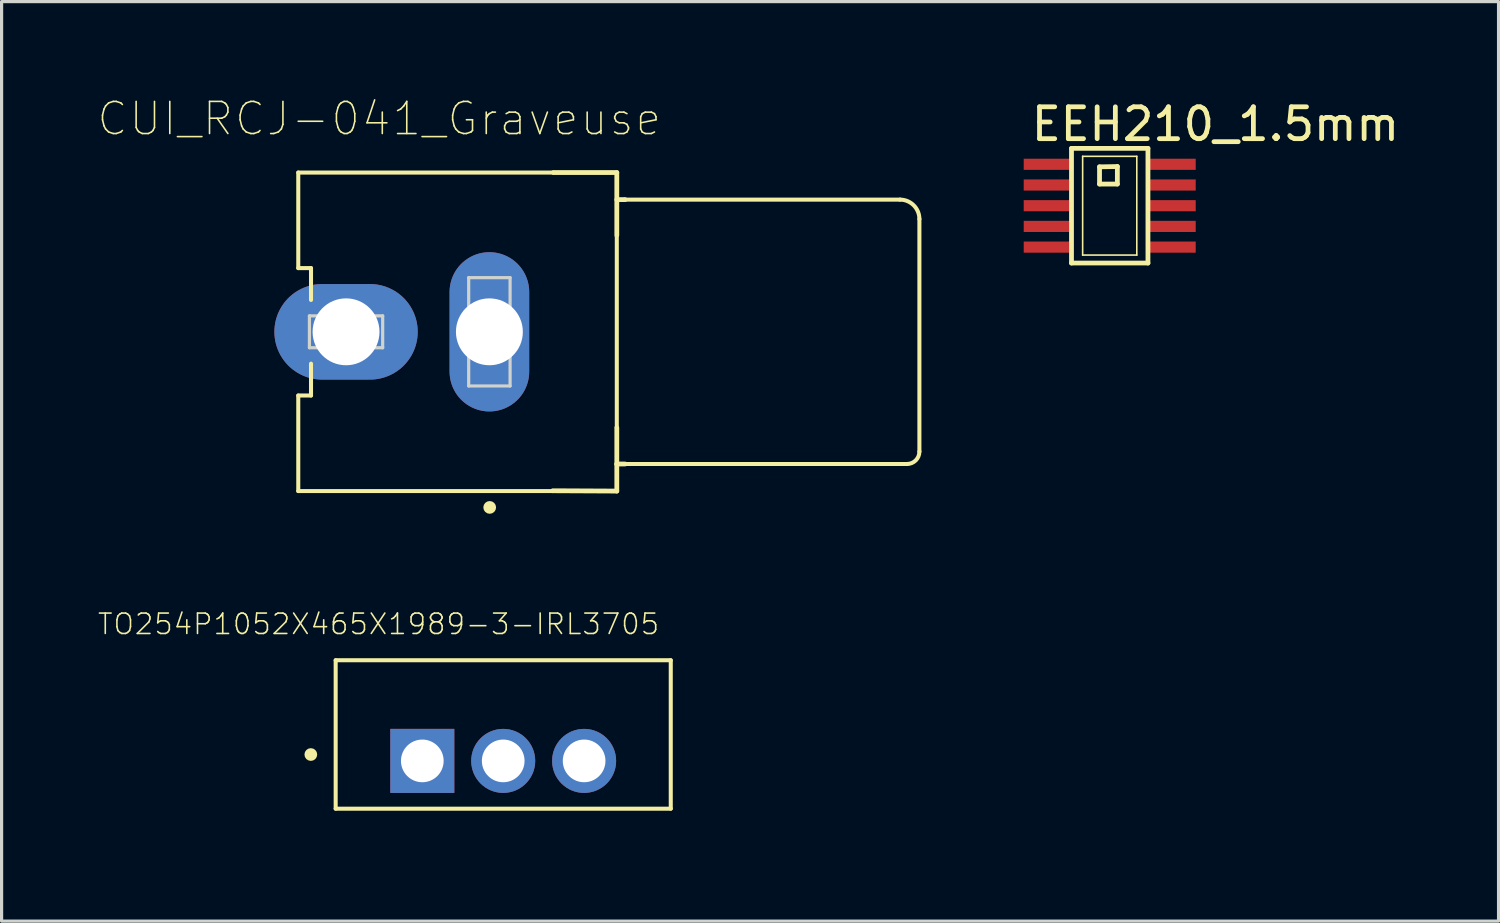
<source format=kicad_pcb>
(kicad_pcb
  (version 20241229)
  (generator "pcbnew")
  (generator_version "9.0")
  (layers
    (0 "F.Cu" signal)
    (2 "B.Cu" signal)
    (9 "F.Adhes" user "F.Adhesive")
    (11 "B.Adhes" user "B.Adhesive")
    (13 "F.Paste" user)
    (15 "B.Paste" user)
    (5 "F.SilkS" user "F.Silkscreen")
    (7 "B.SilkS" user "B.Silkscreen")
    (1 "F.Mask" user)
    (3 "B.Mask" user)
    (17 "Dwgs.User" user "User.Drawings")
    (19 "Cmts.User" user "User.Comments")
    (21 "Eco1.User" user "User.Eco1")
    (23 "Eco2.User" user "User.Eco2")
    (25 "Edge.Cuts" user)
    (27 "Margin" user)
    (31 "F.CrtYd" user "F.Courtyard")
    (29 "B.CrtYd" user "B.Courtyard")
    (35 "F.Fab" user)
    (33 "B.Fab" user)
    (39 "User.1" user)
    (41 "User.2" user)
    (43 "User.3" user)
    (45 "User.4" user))
  (footprint "CUI_RCJ-041_Graveuse"
    (layer "F.Cu")
    (at 16.314 7.367)
    (property "Reference" "CUI_RCJ-041_Graveuse" (at -7.458 -6.689 0) (layer "F.SilkS") (effects (font (size 1.008 1.008) (thickness 0.05))))
    (attr through_hole)
    (fp_line (start -10 -5) (end -2 -5) (stroke (width 0.127) (type solid)) (layer "F.SilkS"))
    (fp_line (start -10 -2) (end -10 -5) (stroke (width 0.127) (type solid)) (layer "F.SilkS"))
    (fp_line (start -10 2) (end -9.6 2) (stroke (width 0.127) (type solid)) (layer "F.SilkS"))
    (fp_line (start -10 5) (end -10 2) (stroke (width 0.127) (type solid)) (layer "F.SilkS"))
    (fp_line (start -10 5) (end -2 5) (stroke (width 0.127) (type solid)) (layer "F.SilkS"))
    (fp_line (start -9.6 -2) (end -10 -2) (stroke (width 0.127) (type solid)) (layer "F.SilkS"))
    (fp_line (start -9.6 -1) (end -9.6 -2) (stroke (width 0.127) (type solid)) (layer "F.SilkS"))
    (fp_line (start -9.6 2) (end -9.6 1) (stroke (width 0.127) (type solid)) (layer "F.SilkS"))
    (fp_line (start -1.99 -5) (end 0 -5) (stroke (width 0.15) (type solid)) (layer "F.SilkS"))
    (fp_line (start 0 -5) (end 0 -3.03) (stroke (width 0.15) (type solid)) (layer "F.SilkS"))
    (fp_line (start 0 3) (end 0 -3) (stroke (width 0.127) (type solid)) (layer "F.SilkS"))
    (fp_line (start 0 3.01) (end 0 4.15) (stroke (width 0.15) (type solid)) (layer "F.SilkS"))
    (fp_line (start 0 4.15) (end 0.26 4.15) (stroke (width 0.15) (type solid)) (layer "F.SilkS"))
    (fp_line (start 0 4.16) (end 0 5) (stroke (width 0.15) (type solid)) (layer "F.SilkS"))
    (fp_line (start 0 5) (end -2.01 4.99) (stroke (width 0.15) (type solid)) (layer "F.SilkS"))
    (fp_line (start 0.25 -4.15) (end 8.89 -4.15) (stroke (width 0.127) (type solid)) (layer "F.SilkS"))
    (fp_line (start 0.26 -4.15) (end 0 -4.15) (stroke (width 0.15) (type solid)) (layer "F.SilkS"))
    (fp_line (start 9.11 4.15) (end 0.25 4.15) (stroke (width 0.127) (type solid)) (layer "F.SilkS"))
    (fp_line (start 9.5 -3.54) (end 9.5 3.76) (stroke (width 0.127) (type solid)) (layer "F.SilkS"))
    (fp_arc (start 8.89 -4.15) (mid 9.321335 -3.971335) (end 9.5 -3.54) (stroke (width 0.127) (type solid)) (layer "F.SilkS"))
    (fp_arc (start 9.5 3.76) (mid 9.385772 4.035772) (end 9.11 4.15) (stroke (width 0.127) (type solid)) (layer "F.SilkS"))
    (fp_circle (center -3.99 5.513) (end -3.89 5.513) (stroke (width 0.2) (type solid)) (fill no) (layer "F.SilkS"))
    (fp_line (start -10.25 -5.25) (end -10.25 5.25) (stroke (width 0.05) (type solid)) (layer "Eco1.User"))
    (fp_line (start -10.25 5.25) (end -1.95 5.25) (stroke (width 0.05) (type solid)) (layer "Eco1.User"))
    (fp_line (start -1.95 -5.4) (end -1.95 -5.25) (stroke (width 0.05) (type solid)) (layer "Eco1.User"))
    (fp_line (start -1.95 -5.25) (end -10.25 -5.25) (stroke (width 0.05) (type solid)) (layer "Eco1.User"))
    (fp_line (start -1.95 5.25) (end -1.95 5.4) (stroke (width 0.05) (type solid)) (layer "Eco1.User"))
    (fp_line (start -1.95 5.4) (end 0.25 5.4) (stroke (width 0.05) (type solid)) (layer "Eco1.User"))
    (fp_line (start 0.25 -5.4) (end -1.95 -5.4) (stroke (width 0.05) (type solid)) (layer "Eco1.User"))
    (fp_line (start 0.25 -4.4) (end 0.25 -5.4) (stroke (width 0.05) (type solid)) (layer "Eco1.User"))
    (fp_line (start 0.25 4.4) (end 9.75 4.4) (stroke (width 0.05) (type solid)) (layer "Eco1.User"))
    (fp_line (start 0.25 5.4) (end 0.25 4.4) (stroke (width 0.05) (type solid)) (layer "Eco1.User"))
    (fp_line (start 9.75 -4.4) (end 0.25 -4.4) (stroke (width 0.05) (type solid)) (layer "Eco1.User"))
    (fp_line (start 9.75 4.4) (end 9.75 -4.4) (stroke (width 0.05) (type solid)) (layer "Eco1.User"))
    (fp_line (start -10 -2) (end -10 -5) (stroke (width 0.127) (type solid)) (layer "Eco2.User"))
    (fp_line (start -10 2) (end -9.6 2) (stroke (width 0.127) (type solid)) (layer "Eco2.User"))
    (fp_line (start -10 5) (end -10 2) (stroke (width 0.127) (type solid)) (layer "Eco2.User"))
    (fp_line (start -9.6 -2) (end -10 -2) (stroke (width 0.127) (type solid)) (layer "Eco2.User"))
    (fp_line (start -9.6 2) (end -9.6 -2) (stroke (width 0.127) (type solid)) (layer "Eco2.User"))
    (fp_line (start -9.59 0) (end 9.5 0) (stroke (width 0.05) (type solid)) (layer "Eco2.User"))
    (fp_line (start 9.5 -3.56) (end 9.5 3.76) (stroke (width 0.127) (type solid)) (layer "Eco2.User"))
    (fp_arc (start 8.91 -4.15) (mid 9.327193 -3.977193) (end 9.5 -3.56) (stroke (width 0.127) (type solid)) (layer "Eco2.User"))
    (fp_arc (start 9.5 3.76) (mid 9.385772 4.035772) (end 9.11 4.15) (stroke (width 0.127) (type solid)) (layer "Eco2.User"))
    (fp_circle (center -3.99 5.513) (end -3.89 5.513) (stroke (width 0.2) (type solid)) (fill no) (layer "Eco2.User"))
    (fp_line (start -9.65 -0.5) (end -7.35 -0.5) (stroke (width 0.1) (type solid)) (layer "Edge.Cuts"))
    (fp_line (start -9.65 0.5) (end -9.65 -0.5) (stroke (width 0.1) (type solid)) (layer "Edge.Cuts"))
    (fp_line (start -7.35 -0.5) (end -7.35 0.5) (stroke (width 0.1) (type solid)) (layer "Edge.Cuts"))
    (fp_line (start -7.35 0.5) (end -9.65 0.5) (stroke (width 0.1) (type solid)) (layer "Edge.Cuts"))
    (fp_line (start -4.65 -1.7) (end -3.35 -1.7) (stroke (width 0.1) (type solid)) (layer "Edge.Cuts"))
    (fp_line (start -4.65 1.7) (end -4.65 -1.7) (stroke (width 0.1) (type solid)) (layer "Edge.Cuts"))
    (fp_line (start -3.35 -1.7) (end -3.35 1.7) (stroke (width 0.1) (type solid)) (layer "Edge.Cuts"))
    (fp_line (start -3.35 1.7) (end -4.65 1.7) (stroke (width 0.1) (type solid)) (layer "Edge.Cuts"))
    (pad "1" thru_hole oval (at -4 0 90) (size 5 2.5) (drill 2.1) (layers "*.Cu" "*.Mask"))
    (pad "2" thru_hole oval (at -8.5 0 180) (size 4.5 3) (drill 2.1) (layers "*.Cu" "*.Mask")))
  (footprint "EEH210_1.5mm"
    (layer "F.Cu")
    (at 30.939 4.958)
    (property "Reference" "EEH210_1.5mm" (at 4.17 -4.11 0) (layer "F.SilkS") (effects (font (size 1 1) (thickness 0.15))))
    (attr through_hole)
    (fp_line (start -0.35 -3.35) (end -0.35 0.25) (stroke (width 0.15) (type solid)) (layer "F.SilkS"))
    (fp_line (start -0.35 0.25) (end 2.05 0.25) (stroke (width 0.15) (type solid)) (layer "F.SilkS"))
    (fp_line (start 0 -3.1) (end 0 0) (stroke (width 0.05) (type solid)) (layer "F.SilkS"))
    (fp_line (start 0 0) (end 1.7 0) (stroke (width 0.05) (type solid)) (layer "F.SilkS"))
    (fp_line (start 0.53 -2.77) (end 0.53 -2.23) (stroke (width 0.15) (type solid)) (layer "F.SilkS"))
    (fp_line (start 0.53 -2.23) (end 1.09 -2.23) (stroke (width 0.15) (type solid)) (layer "F.SilkS"))
    (fp_line (start 1.09 -2.78) (end 0.53 -2.77) (stroke (width 0.15) (type solid)) (layer "F.SilkS"))
    (fp_line (start 1.09 -2.23) (end 1.09 -2.78) (stroke (width 0.15) (type solid)) (layer "F.SilkS"))
    (fp_line (start 1.7 -3.1) (end 0 -3.1) (stroke (width 0.05) (type solid)) (layer "F.SilkS"))
    (fp_line (start 1.7 0) (end 1.7 -3.1) (stroke (width 0.05) (type solid)) (layer "F.SilkS"))
    (fp_line (start 2.05 -3.35) (end -0.35 -3.35) (stroke (width 0.15) (type solid)) (layer "F.SilkS"))
    (fp_line (start 2.05 0.25) (end 2.05 -3.35) (stroke (width 0.15) (type solid)) (layer "F.SilkS"))
    (pad "1" smd rect (at -1.1 -2.85) (size 1.5 0.35) (layers "F.Cu" "F.Mask" "F.Paste"))
    (pad "2" smd rect (at -1.1 -2.2) (size 1.5 0.35) (layers "F.Cu" "F.Mask" "F.Paste"))
    (pad "3" smd rect (at -1.1 -1.55) (size 1.5 0.35) (layers "F.Cu" "F.Mask" "F.Paste"))
    (pad "4" smd rect (at -1.1 -0.9) (size 1.5 0.35) (layers "F.Cu" "F.Mask" "F.Paste"))
    (pad "5" smd rect (at -1.1 -0.25) (size 1.5 0.35) (layers "F.Cu" "F.Mask" "F.Paste"))
    (pad "6" smd rect (at 2.8 -0.25) (size 1.5 0.35) (layers "F.Cu" "F.Mask" "F.Paste"))
    (pad "7" smd rect (at 2.8 -0.9) (size 1.5 0.35) (layers "F.Cu" "F.Mask" "F.Paste"))
    (pad "8" smd rect (at 2.8 -1.55) (size 1.5 0.35) (layers "F.Cu" "F.Mask" "F.Paste"))
    (pad "9" smd rect (at 2.8 -2.2) (size 1.5 0.35) (layers "F.Cu" "F.Mask" "F.Paste"))
    (pad "10" smd rect (at 2.8 -2.85) (size 1.5 0.35) (layers "F.Cu" "F.Mask" "F.Paste")))
  (footprint "TO254P1052X465X1989-3-IRL3705"
    (layer "F.Cu")
    (at 10.208 20.838)
    (property "Reference" "TO254P1052X465X1989-3-IRL3705" (at -1.374 -4.295 0) (layer "F.SilkS") (effects (font (size 0.64 0.64) (thickness 0.05))))
    (attr through_hole)
    (fp_line (start -2.72 -3.16) (end 7.8 -3.16) (stroke (width 0.127) (type solid)) (layer "F.SilkS"))
    (fp_line (start -2.72 1.5) (end -2.72 -3.16) (stroke (width 0.127) (type solid)) (layer "F.SilkS"))
    (fp_line (start 7.8 -3.16) (end 7.8 1.5) (stroke (width 0.127) (type solid)) (layer "F.SilkS"))
    (fp_line (start 7.8 1.5) (end -2.72 1.5) (stroke (width 0.127) (type solid)) (layer "F.SilkS"))
    (fp_circle (center -3.5 -0.2) (end -3.4 -0.2) (stroke (width 0.2) (type solid)) (fill no) (layer "F.SilkS"))
    (fp_line (start -3.04 -3.655) (end 8.12 -3.655) (stroke (width 0.05) (type solid)) (layer "Eco1.User"))
    (fp_line (start -3.04 2.005) (end -3.04 -3.655) (stroke (width 0.05) (type solid)) (layer "Eco1.User"))
    (fp_line (start 8.12 -3.655) (end 8.12 2.005) (stroke (width 0.05) (type solid)) (layer "Eco1.User"))
    (fp_line (start 8.12 2.005) (end -3.04 2.005) (stroke (width 0.05) (type solid)) (layer "Eco1.User"))
    (fp_line (start -2.72 -3.16) (end 7.8 -3.16) (stroke (width 0.127) (type solid)) (layer "Eco2.User"))
    (fp_line (start -2.72 1.5) (end -2.72 -3.16) (stroke (width 0.127) (type solid)) (layer "Eco2.User"))
    (fp_line (start 7.8 -3.16) (end 7.8 1.5) (stroke (width 0.127) (type solid)) (layer "Eco2.User"))
    (fp_line (start 7.8 1.5) (end -2.72 1.5) (stroke (width 0.127) (type solid)) (layer "Eco2.User"))
    (fp_circle (center -3.5 -0.2) (end -3.4 -0.2) (stroke (width 0.2) (type solid)) (fill no) (layer "Eco2.User"))
    (pad "1" thru_hole rect (at 0 0) (size 2.01 2.01) (drill 1.34) (layers "*.Cu" "*.Mask"))
    (pad "2" thru_hole circle (at 2.54 0) (size 2.01 2.01) (drill 1.34) (layers "*.Cu" "*.Mask"))
    (pad "3" thru_hole circle (at 5.08 0) (size 2.01 2.01) (drill 1.34) (layers "*.Cu" "*.Mask")))
  (gr_rect
    (start -3 -3)
    (end 43.996 25.868)
    (stroke (width 0.1) (type default))
    (fill no)
    (layer "Edge.Cuts")))
</source>
